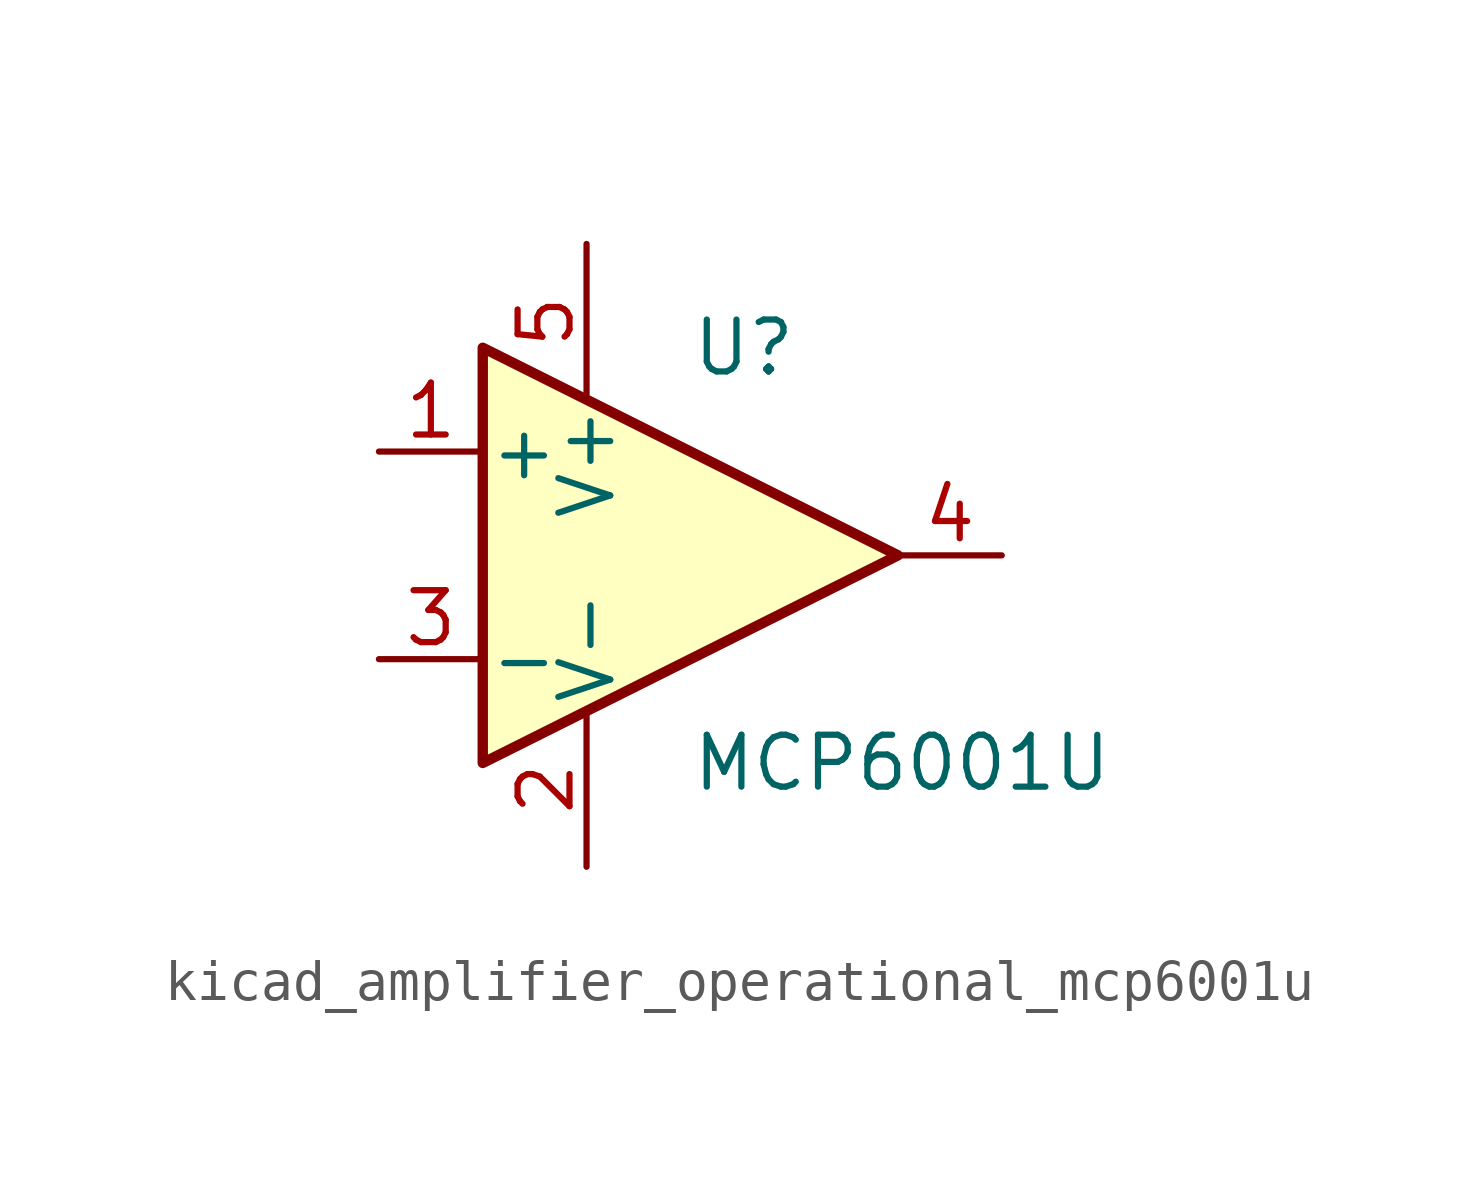
<source format=kicad_sym>
(kicad_symbol_lib
  (version 20220914)
  (generator kicad_symbol_editor)
  (symbol "kicad_amplifier_operational_mcp6001u"
    (pin_names
      (offset 0.127))
    (property "Reference" "U"
      (at 0 5.08 0)
      (effects (font (size 1.27 1.27)) (justify left)))
    (property "Value" "MCP6001U"
      (at 0 -5.08 0)
      (effects (font (size 1.27 1.27)) (justify left)))
    (symbol "kicad_amplifier_operational_mcp6001u_0_1"
      (polyline (pts (xy -5.08 5.08) (xy 5.08 0) (xy -5.08 -5.08) (xy -5.08 5.08)) (stroke (width 0.254) (type default)) (fill (type background)))
      (pin power_in line (at -2.54 -7.62 90) (length 3.81) (name "V-" (effects (font (size 1.27 1.27)))) (number "2" (effects (font (size 1.27 1.27)))))
      (pin power_in line (at -2.54 7.62 270) (length 3.81) (name "V+" (effects (font (size 1.27 1.27)))) (number "5" (effects (font (size 1.27 1.27))))))
    (symbol "kicad_amplifier_operational_mcp6001u_1_1"
      (pin input line (at -7.62 2.54 0) (length 2.54) (name "+" (effects (font (size 1.27 1.27)))) (number "1" (effects (font (size 1.27 1.27)))))
      (pin input line (at -7.62 -2.54 0) (length 2.54) (name "-" (effects (font (size 1.27 1.27)))) (number "3" (effects (font (size 1.27 1.27)))))
      (pin output line (at 7.62 0 180) (length 2.54) (name "~" (effects (font (size 1.27 1.27)))) (number "4" (effects (font (size 1.27 1.27))))))))
</source>
